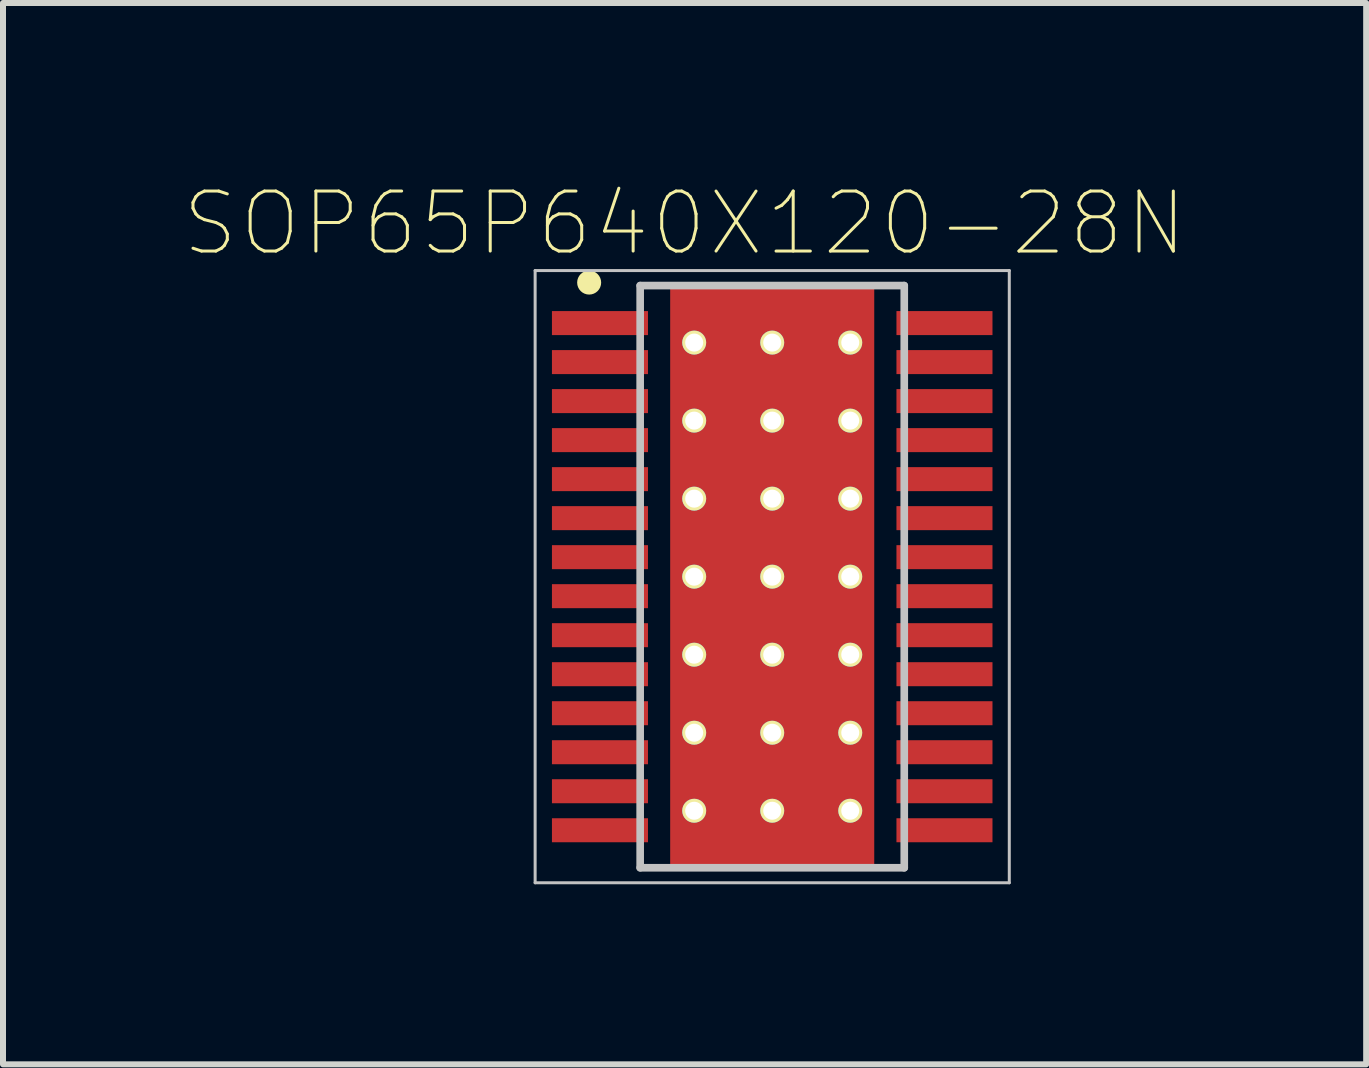
<source format=kicad_pcb>
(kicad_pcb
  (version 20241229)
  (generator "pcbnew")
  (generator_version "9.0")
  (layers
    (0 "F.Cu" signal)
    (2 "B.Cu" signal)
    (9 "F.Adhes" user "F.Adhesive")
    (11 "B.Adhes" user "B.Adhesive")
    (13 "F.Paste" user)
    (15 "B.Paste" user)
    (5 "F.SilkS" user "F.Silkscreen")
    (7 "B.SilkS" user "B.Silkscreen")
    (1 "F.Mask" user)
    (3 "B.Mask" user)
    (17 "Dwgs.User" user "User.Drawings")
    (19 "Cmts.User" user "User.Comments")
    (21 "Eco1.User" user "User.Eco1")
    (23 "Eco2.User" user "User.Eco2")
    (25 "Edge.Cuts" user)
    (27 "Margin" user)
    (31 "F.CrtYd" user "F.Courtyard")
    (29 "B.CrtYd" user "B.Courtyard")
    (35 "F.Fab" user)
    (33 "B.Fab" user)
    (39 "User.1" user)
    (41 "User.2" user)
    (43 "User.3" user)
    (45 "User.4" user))
  (footprint "SOP65P640X120-28N"
    (layer "F.Cu")
    (at 9.816 6.558)
    (property "Reference" "SOP65P640X120-28N" (at -1.46 -5.885 0) (layer "F.SilkS") (effects (font (size 1 1) (thickness 0.05))))
    (attr smd)
    (fp_poly (pts (xy -1.55 -2.59) (xy 1.55 -2.59) (xy 1.55 2.59) (xy -1.55 2.59)) (stroke (width 0.381) (type solid)) (fill yes) (layer "F.Mask"))
    (fp_circle (center -3.05 -4.9) (end -2.95 -4.9) (stroke (width 0.2) (type solid)) (fill no) (layer "F.SilkS"))
    (fp_poly (pts (xy -1.55 -2.59) (xy 1.55 -2.59) (xy 1.55 2.59) (xy -1.55 2.59)) (stroke (width 0.381) (type solid)) (fill yes) (layer "F.Paste"))
    (fp_line (start -3.95 -5.1) (end 3.95 -5.1) (stroke (width 0.05) (type solid)) (layer "Dwgs.User"))
    (fp_line (start -3.95 5.1) (end -3.95 -5.1) (stroke (width 0.05) (type solid)) (layer "Dwgs.User"))
    (fp_line (start -2.2 -4.85) (end 2.2 -4.85) (stroke (width 0.127) (type solid)) (layer "Dwgs.User"))
    (fp_line (start -2.2 4.85) (end -2.2 -4.85) (stroke (width 0.127) (type solid)) (layer "Dwgs.User"))
    (fp_line (start 2.2 -4.85) (end 2.2 4.85) (stroke (width 0.127) (type solid)) (layer "Dwgs.User"))
    (fp_line (start 2.2 4.85) (end -2.2 4.85) (stroke (width 0.127) (type solid)) (layer "Dwgs.User"))
    (fp_line (start 3.95 -5.1) (end 3.95 5.1) (stroke (width 0.05) (type solid)) (layer "Dwgs.User"))
    (fp_line (start 3.95 5.1) (end -3.95 5.1) (stroke (width 0.05) (type solid)) (layer "Dwgs.User"))
    (pad "1" smd rect (at -2.87 -4.225) (size 1.6 0.4) (layers "F.Cu" "F.Mask" "F.Paste"))
    (pad "2" smd rect (at -2.87 -3.575) (size 1.6 0.4) (layers "F.Cu" "F.Mask" "F.Paste"))
    (pad "3" smd rect (at -2.87 -2.925) (size 1.6 0.4) (layers "F.Cu" "F.Mask" "F.Paste"))
    (pad "4" smd rect (at -2.87 -2.275) (size 1.6 0.4) (layers "F.Cu" "F.Mask" "F.Paste"))
    (pad "5" smd rect (at -2.87 -1.625) (size 1.6 0.4) (layers "F.Cu" "F.Mask" "F.Paste"))
    (pad "6" smd rect (at -2.87 -0.975) (size 1.6 0.4) (layers "F.Cu" "F.Mask" "F.Paste"))
    (pad "7" smd rect (at -2.87 -0.325) (size 1.6 0.4) (layers "F.Cu" "F.Mask" "F.Paste"))
    (pad "8" smd rect (at -2.87 0.325) (size 1.6 0.4) (layers "F.Cu" "F.Mask" "F.Paste"))
    (pad "9" smd rect (at -2.87 0.975) (size 1.6 0.4) (layers "F.Cu" "F.Mask" "F.Paste"))
    (pad "10" smd rect (at -2.87 1.625) (size 1.6 0.4) (layers "F.Cu" "F.Mask" "F.Paste"))
    (pad "11" smd rect (at -2.87 2.275) (size 1.6 0.4) (layers "F.Cu" "F.Mask" "F.Paste"))
    (pad "12" smd rect (at -2.87 2.925) (size 1.6 0.4) (layers "F.Cu" "F.Mask" "F.Paste"))
    (pad "13" smd rect (at -2.87 3.575) (size 1.6 0.4) (layers "F.Cu" "F.Mask" "F.Paste"))
    (pad "14" smd rect (at -2.87 4.225) (size 1.6 0.4) (layers "F.Cu" "F.Mask" "F.Paste"))
    (pad "15" smd rect (at 2.87 4.225 180) (size 1.6 0.4) (layers "F.Cu" "F.Mask" "F.Paste"))
    (pad "16" smd rect (at 2.87 3.575 180) (size 1.6 0.4) (layers "F.Cu" "F.Mask" "F.Paste"))
    (pad "17" smd rect (at 2.87 2.925 180) (size 1.6 0.4) (layers "F.Cu" "F.Mask" "F.Paste"))
    (pad "18" smd rect (at 2.87 2.275 180) (size 1.6 0.4) (layers "F.Cu" "F.Mask" "F.Paste"))
    (pad "19" smd rect (at 2.87 1.625 180) (size 1.6 0.4) (layers "F.Cu" "F.Mask" "F.Paste"))
    (pad "20" smd rect (at 2.87 0.975 180) (size 1.6 0.4) (layers "F.Cu" "F.Mask" "F.Paste"))
    (pad "21" smd rect (at 2.87 0.325 180) (size 1.6 0.4) (layers "F.Cu" "F.Mask" "F.Paste"))
    (pad "22" smd rect (at 2.87 -0.325 180) (size 1.6 0.4) (layers "F.Cu" "F.Mask" "F.Paste"))
    (pad "23" smd rect (at 2.87 -0.975 180) (size 1.6 0.4) (layers "F.Cu" "F.Mask" "F.Paste"))
    (pad "24" smd rect (at 2.87 -1.625 180) (size 1.6 0.4) (layers "F.Cu" "F.Mask" "F.Paste"))
    (pad "25" smd rect (at 2.87 -2.275 180) (size 1.6 0.4) (layers "F.Cu" "F.Mask" "F.Paste"))
    (pad "26" smd rect (at 2.87 -2.925 180) (size 1.6 0.4) (layers "F.Cu" "F.Mask" "F.Paste"))
    (pad "27" smd rect (at 2.87 -3.575 180) (size 1.6 0.4) (layers "F.Cu" "F.Mask" "F.Paste"))
    (pad "28" smd rect (at 2.87 -4.225 180) (size 1.6 0.4) (layers "F.Cu" "F.Mask" "F.Paste"))
    (pad "29" smd rect (at 0 0) (size 3.4 9.7) (layers "F.Cu" "F.Mask" "F.Paste"))
    (pad "P$1" thru_hole circle (at 0 0) (size 0.4 0.4) (drill 0.3) (layers "*.Cu" "*.Mask" "F.SilkS"))
    (pad "P$2" thru_hole circle (at -1.3 0) (size 0.4 0.4) (drill 0.3) (layers "*.Cu" "*.Mask" "F.SilkS"))
    (pad "P$3" thru_hole circle (at 1.3 0) (size 0.4 0.4) (drill 0.3) (layers "*.Cu" "*.Mask" "F.SilkS"))
    (pad "P$4" thru_hole circle (at -1.3 1.3) (size 0.4 0.4) (drill 0.3) (layers "*.Cu" "*.Mask" "F.SilkS"))
    (pad "P$5" thru_hole circle (at 0 1.3) (size 0.4 0.4) (drill 0.3) (layers "*.Cu" "*.Mask" "F.SilkS"))
    (pad "P$6" thru_hole circle (at 1.3 1.3) (size 0.4 0.4) (drill 0.3) (layers "*.Cu" "*.Mask" "F.SilkS"))
    (pad "P$7" thru_hole circle (at -1.3 2.6) (size 0.4 0.4) (drill 0.3) (layers "*.Cu" "*.Mask" "F.SilkS"))
    (pad "P$8" thru_hole circle (at 0 2.6) (size 0.4 0.4) (drill 0.3) (layers "*.Cu" "*.Mask" "F.SilkS"))
    (pad "P$9" thru_hole circle (at 1.3 2.6) (size 0.4 0.4) (drill 0.3) (layers "*.Cu" "*.Mask" "F.SilkS"))
    (pad "P$10" thru_hole circle (at -1.3 3.9) (size 0.4 0.4) (drill 0.3) (layers "*.Cu" "*.Mask" "F.SilkS"))
    (pad "P$11" thru_hole circle (at 0 3.9) (size 0.4 0.4) (drill 0.3) (layers "*.Cu" "*.Mask" "F.SilkS"))
    (pad "P$12" thru_hole circle (at 1.3 3.9) (size 0.4 0.4) (drill 0.3) (layers "*.Cu" "*.Mask" "F.SilkS"))
    (pad "P$13" thru_hole circle (at -1.3 -1.3) (size 0.4 0.4) (drill 0.3) (layers "*.Cu" "*.Mask" "F.SilkS"))
    (pad "P$14" thru_hole circle (at 0 -1.3) (size 0.4 0.4) (drill 0.3) (layers "*.Cu" "*.Mask" "F.SilkS"))
    (pad "P$15" thru_hole circle (at 1.3 -1.3) (size 0.4 0.4) (drill 0.3) (layers "*.Cu" "*.Mask" "F.SilkS"))
    (pad "P$16" thru_hole circle (at 1.3 -2.6) (size 0.4 0.4) (drill 0.3) (layers "*.Cu" "*.Mask" "F.SilkS"))
    (pad "P$17" thru_hole circle (at 0 -2.6) (size 0.4 0.4) (drill 0.3) (layers "*.Cu" "*.Mask" "F.SilkS"))
    (pad "P$18" thru_hole circle (at -1.3 -2.6) (size 0.4 0.4) (drill 0.3) (layers "*.Cu" "*.Mask" "F.SilkS"))
    (pad "P$19" thru_hole circle (at -1.3 -3.9) (size 0.4 0.4) (drill 0.3) (layers "*.Cu" "*.Mask" "F.SilkS"))
    (pad "P$20" thru_hole circle (at 0 -3.9) (size 0.4 0.4) (drill 0.3) (layers "*.Cu" "*.Mask" "F.SilkS"))
    (pad "P$21" thru_hole circle (at 1.3 -3.9) (size 0.4 0.4) (drill 0.3) (layers "*.Cu" "*.Mask" "F.SilkS")))
  (gr_rect
    (start -3 -3)
    (end 19.712 14.683)
    (stroke (width 0.1) (type default))
    (fill no)
    (layer "Edge.Cuts")))
</source>
